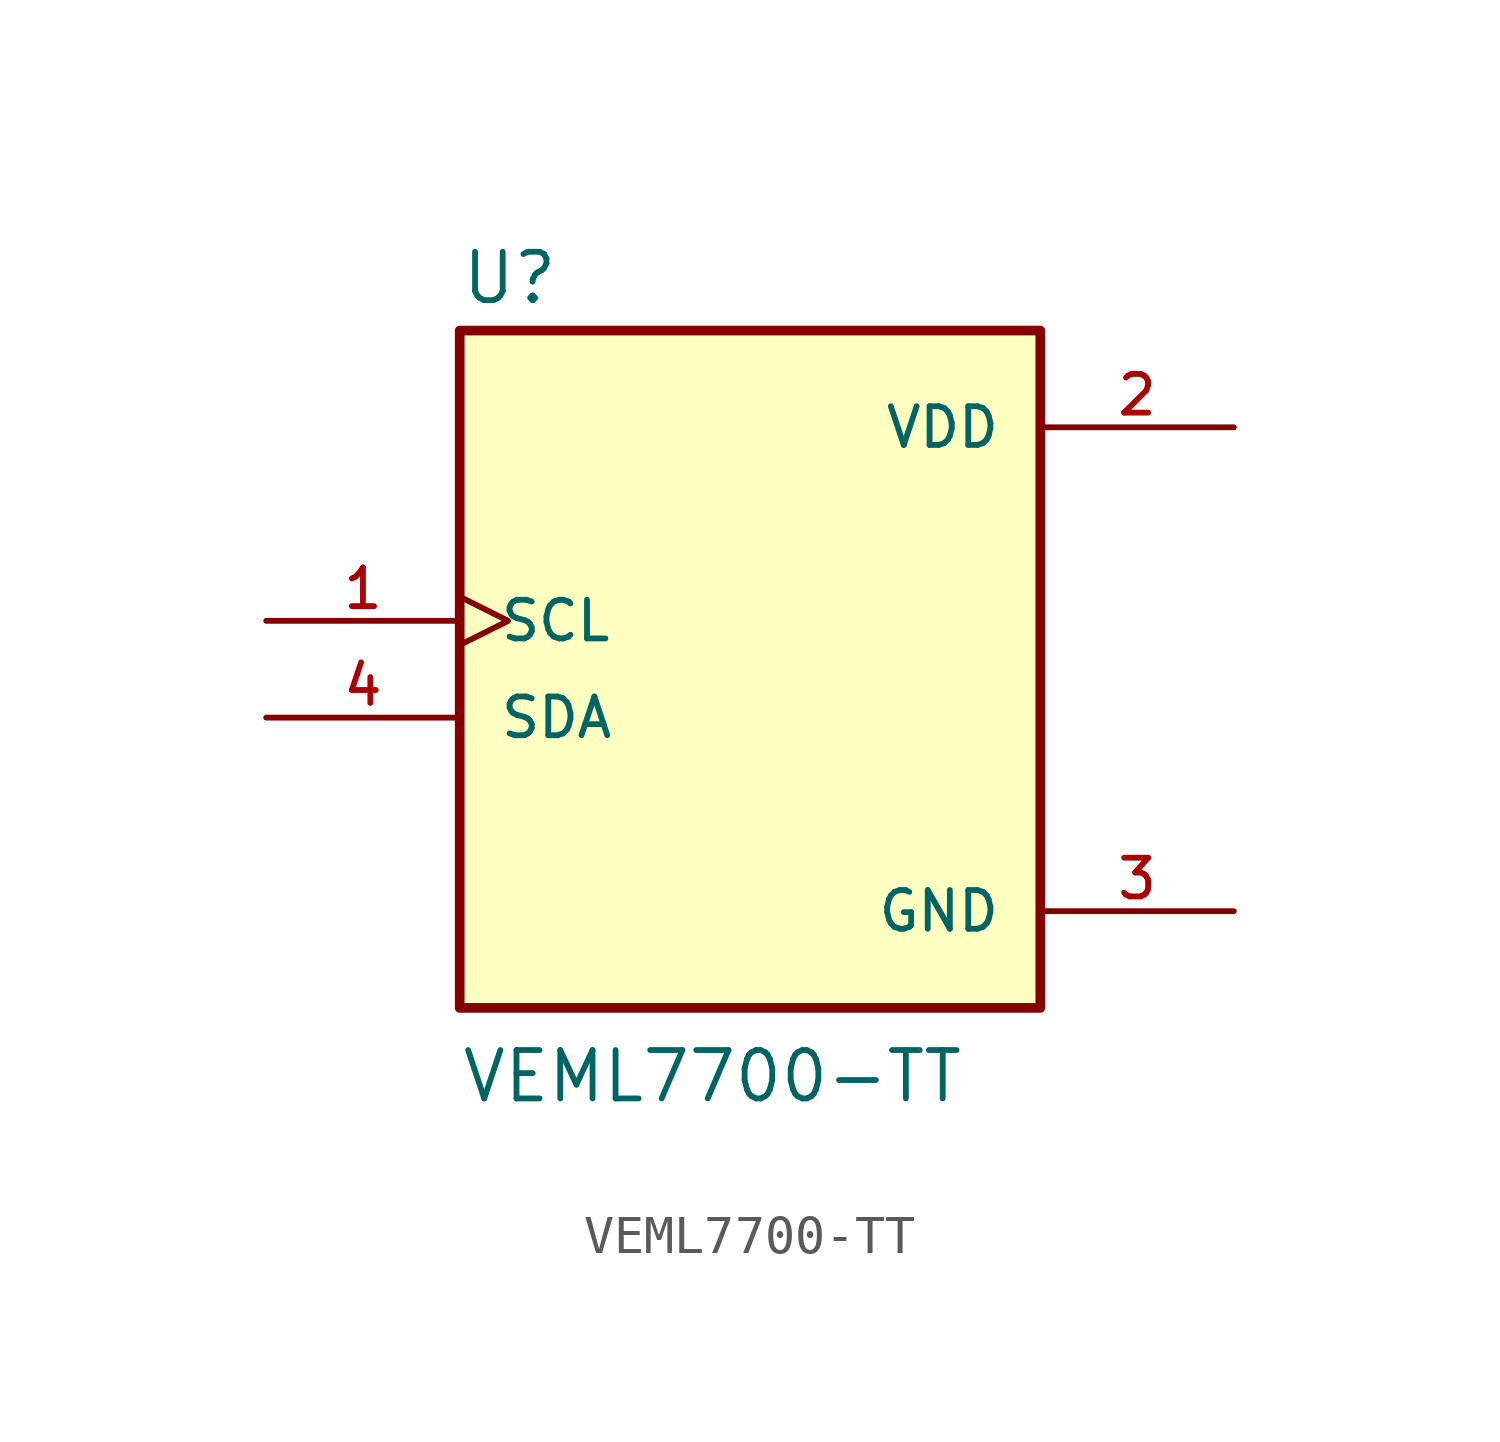
<source format=kicad_sym>
(kicad_symbol_lib
  (version 20220914)
  (generator kicad_symbol_editor)
  (symbol "VEML7700-TT"
    (pin_names
      (offset 1.016))
    (property "Reference" "U"
      (at -7.62 10.795 0)
      (effects (font (size 1.27 1.27)) (justify left bottom)))
    (property "Value" "VEML7700-TT"
      (at -7.62 -10.16 0)
      (effects (font (size 1.27 1.27)) (justify left bottom)))
    (symbol "VEML7700-TT_0_0"
      (rectangle (start -7.62 -7.62) (end 7.62 10.16) (stroke (width 0.254) (type default)) (fill (type background)))
      (pin input clock (at -12.7 2.54 0) (length 5.08) (name "SCL" (effects (font (size 1.016 1.016)))) (number "1" (effects (font (size 1.016 1.016)))))
      (pin power_in line (at 12.7 7.62 180) (length 5.08) (name "VDD" (effects (font (size 1.016 1.016)))) (number "2" (effects (font (size 1.016 1.016)))))
      (pin power_in line (at 12.7 -5.08 180) (length 5.08) (name "GND" (effects (font (size 1.016 1.016)))) (number "3" (effects (font (size 1.016 1.016)))))
      (pin bidirectional line (at -12.7 0 0) (length 5.08) (name "SDA" (effects (font (size 1.016 1.016)))) (number "4" (effects (font (size 1.016 1.016))))))))
</source>
